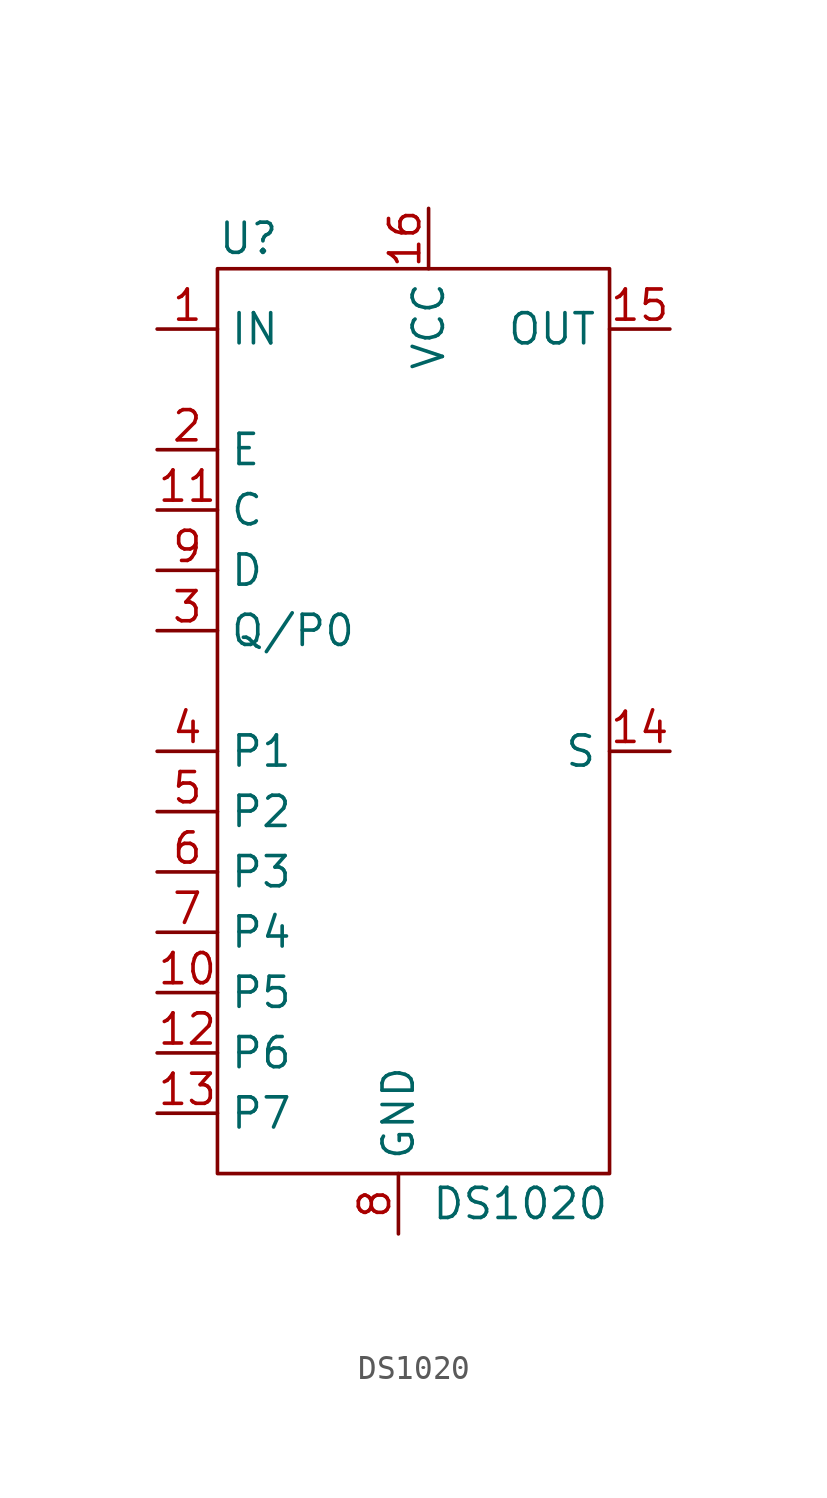
<source format=kicad_sym>
(kicad_symbol_lib
  (version 20220914)
  (generator kicad_symbol_editor)
  (symbol "DS1020"
    (property "Reference" "U"
      (at -7.62 19.05 0)
      (effects (font (size 1.27 1.27)) (justify left)))
    (property "Value" "DS1020"
      (at 8.89 -21.59 0)
      (effects (font (size 1.27 1.27)) (justify right)))
    (symbol "DS1020_0_1"
      (rectangle (start -7.62 17.78) (end 8.89 -20.32) (stroke (width 0) (type default)) (fill (type none))))
    (symbol "DS1020_1_1"
      (pin input line (at -10.16 15.24 0) (length 2.54) (name "IN" (effects (font (size 1.27 1.27)))) (number "1" (effects (font (size 1.27 1.27)))))
      (pin input line (at -10.16 -12.7 0) (length 2.54) (name "P5" (effects (font (size 1.27 1.27)))) (number "10" (effects (font (size 1.27 1.27)))))
      (pin input line (at -10.16 7.62 0) (length 2.54) (name "C" (effects (font (size 1.27 1.27)))) (number "11" (effects (font (size 1.27 1.27)))))
      (pin input line (at -10.16 -15.24 0) (length 2.54) (name "P6" (effects (font (size 1.27 1.27)))) (number "12" (effects (font (size 1.27 1.27)))))
      (pin input line (at -10.16 -17.78 0) (length 2.54) (name "P7" (effects (font (size 1.27 1.27)))) (number "13" (effects (font (size 1.27 1.27)))))
      (pin input line (at 11.43 -2.54 180) (length 2.54) (name "S" (effects (font (size 1.27 1.27)))) (number "14" (effects (font (size 1.27 1.27)))))
      (pin output line (at 11.43 15.24 180) (length 2.54) (name "OUT" (effects (font (size 1.27 1.27)))) (number "15" (effects (font (size 1.27 1.27)))))
      (pin power_in line (at 1.27 20.32 270) (length 2.54) (name "VCC" (effects (font (size 1.27 1.27)))) (number "16" (effects (font (size 1.27 1.27)))))
      (pin input line (at -10.16 10.16 0) (length 2.54) (name "E" (effects (font (size 1.27 1.27)))) (number "2" (effects (font (size 1.27 1.27)))))
      (pin bidirectional line (at -10.16 2.54 0) (length 2.54) (name "Q/P0" (effects (font (size 1.27 1.27)))) (number "3" (effects (font (size 1.27 1.27)))))
      (pin input line (at -10.16 -2.54 0) (length 2.54) (name "P1" (effects (font (size 1.27 1.27)))) (number "4" (effects (font (size 1.27 1.27)))))
      (pin input line (at -10.16 -5.08 0) (length 2.54) (name "P2" (effects (font (size 1.27 1.27)))) (number "5" (effects (font (size 1.27 1.27)))))
      (pin input line (at -10.16 -7.62 0) (length 2.54) (name "P3" (effects (font (size 1.27 1.27)))) (number "6" (effects (font (size 1.27 1.27)))))
      (pin input line (at -10.16 -10.16 0) (length 2.54) (name "P4" (effects (font (size 1.27 1.27)))) (number "7" (effects (font (size 1.27 1.27)))))
      (pin power_in line (at 0 -22.86 90) (length 2.54) (name "GND" (effects (font (size 1.27 1.27)))) (number "8" (effects (font (size 1.27 1.27)))))
      (pin input line (at -10.16 5.08 0) (length 2.54) (name "D" (effects (font (size 1.27 1.27)))) (number "9" (effects (font (size 1.27 1.27))))))))
</source>
